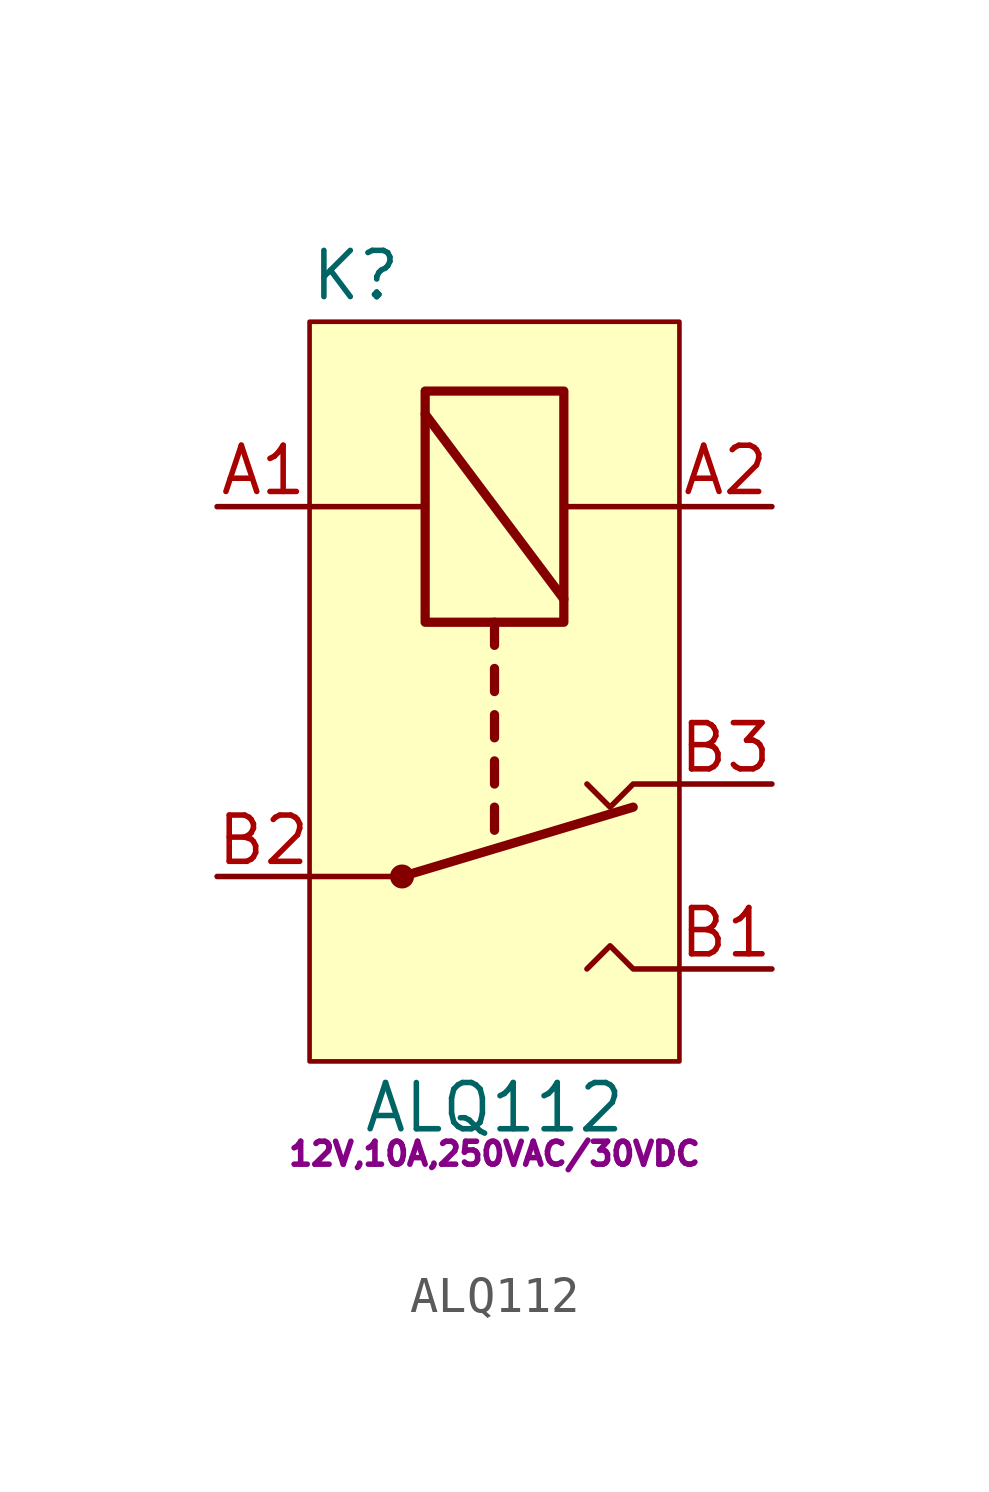
<source format=kicad_sym>
(kicad_symbol_lib
  (version 20241209)
  (generator "kicad_symbol_editor")
  (generator_version "9.0")
  (symbol "ALQ112"
    (property "Reference" "K"
      (at -3.81 21.59 0)
      (effects (font (size 1.27 1.27))))
    (property "Value" "ALQ112"
      (at 0 -1.27 0)
      (effects (font (size 1.27 1.27))))
    (property "Params" "12V,10A,250VAC/30VDC"
      (at 0 -2.54 0)
      (effects (font (size 0.63 0.63))))
    (symbol "ALQ112_0_1"
      (polyline (pts (xy -5.08 15.24) (xy -1.905 15.24)) (stroke (width 0) (type default)) (fill (type none)))
      (circle (center -2.54 5.08) (radius 0.254) (stroke (width 0) (type default)) (fill (type outline)))
      (polyline (pts (xy -2.54 5.08) (xy -5.08 5.08)) (stroke (width 0) (type default)) (fill (type none)))
      (rectangle (start -1.905 18.415) (end 1.905 12.065) (stroke (width 0.254) (type default)) (fill (type none)))
      (polyline (pts (xy -1.905 17.78) (xy 1.905 12.7)) (stroke (width 0.254) (type default)) (fill (type none)))
      (polyline (pts (xy 0 12.065) (xy 0 11.43)) (stroke (width 0.254) (type default)) (fill (type none)))
      (polyline (pts (xy 0 10.795) (xy 0 10.16)) (stroke (width 0.254) (type default)) (fill (type none)))
      (polyline (pts (xy 0 9.525) (xy 0 8.89)) (stroke (width 0.254) (type default)) (fill (type none)))
      (polyline (pts (xy 0 8.255) (xy 0 7.62)) (stroke (width 0.254) (type default)) (fill (type none)))
      (polyline (pts (xy 0 6.985) (xy 0 6.35)) (stroke (width 0.254) (type default)) (fill (type none)))
      (polyline (pts (xy 5.08 15.24) (xy 1.905 15.24)) (stroke (width 0) (type default)) (fill (type none)))
      (polyline (pts (xy 5.08 7.62) (xy 3.81 7.62) (xy 3.175 6.985) (xy 2.54 7.62)) (stroke (width 0) (type default)) (fill (type none)))
      (polyline (pts (xy 5.08 2.54) (xy 3.81 2.54) (xy 3.175 3.175) (xy 2.54 2.54)) (stroke (width 0) (type default)) (fill (type none))))
    (symbol "ALQ112_1_1"
      (rectangle (start -5.08 20.32) (end 5.08 0) (stroke (width 0.127) (type default)) (fill (type background)))
      (polyline (pts (xy -2.54 5.08) (xy 3.81 6.985)) (stroke (width 0.254) (type default)) (fill (type none)))
      (pin passive line (at -7.62 15.24 0) (length 2.54) (name "~" (effects (font (size 1.27 1.27)))) (number "A1" (effects (font (size 1.27 1.27)))))
      (pin passive line (at -7.62 5.08 0) (length 2.54) (name "~" (effects (font (size 1.27 1.27)))) (number "B2" (effects (font (size 1.27 1.27)))))
      (pin passive line (at 7.62 15.24 180) (length 2.54) (name "~" (effects (font (size 1.27 1.27)))) (number "A2" (effects (font (size 1.27 1.27)))))
      (pin passive line (at 7.62 7.62 180) (length 2.54) (name "~" (effects (font (size 1.27 1.27)))) (number "B3" (effects (font (size 1.27 1.27)))))
      (pin passive line (at 7.62 2.54 180) (length 2.54) (name "~" (effects (font (size 1.27 1.27)))) (number "B1" (effects (font (size 1.27 1.27))))))))
</source>
